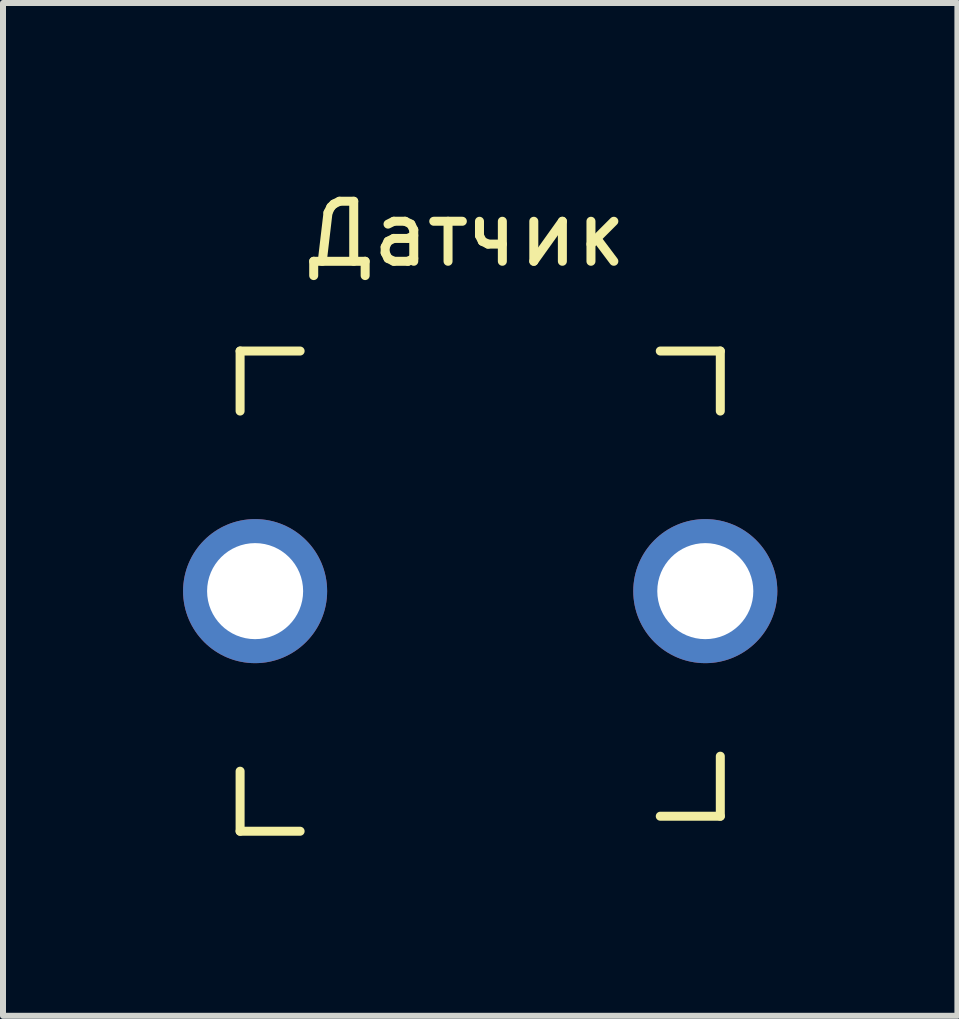
<source format=kicad_pcb>
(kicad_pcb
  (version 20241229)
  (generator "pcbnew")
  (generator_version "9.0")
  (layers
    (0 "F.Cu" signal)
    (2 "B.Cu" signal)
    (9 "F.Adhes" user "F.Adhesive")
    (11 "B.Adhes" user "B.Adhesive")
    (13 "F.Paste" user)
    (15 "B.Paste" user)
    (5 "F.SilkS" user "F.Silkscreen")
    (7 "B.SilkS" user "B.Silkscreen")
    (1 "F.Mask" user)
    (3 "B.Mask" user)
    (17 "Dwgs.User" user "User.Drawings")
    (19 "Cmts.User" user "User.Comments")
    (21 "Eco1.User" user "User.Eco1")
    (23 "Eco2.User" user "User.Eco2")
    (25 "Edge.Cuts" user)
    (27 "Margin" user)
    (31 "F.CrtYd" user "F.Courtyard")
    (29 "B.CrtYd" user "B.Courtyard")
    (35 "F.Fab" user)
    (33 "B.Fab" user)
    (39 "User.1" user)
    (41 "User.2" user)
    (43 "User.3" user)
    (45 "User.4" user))
  (footprint "Датчик"
    (layer "F.Cu")
    (at 8.95 6.798)
    (property "Reference" "Датчик" (at -4.25 -5.95 0) (layer "F.SilkS") (effects (font (size 1 1) (thickness 0.15))))
    (attr through_hole)
    (fp_line (start -8 -4) (end -8 -3) (stroke (width 0.15) (type solid)) (layer "F.SilkS"))
    (fp_line (start -8 -4) (end -7 -4) (stroke (width 0.15) (type solid)) (layer "F.SilkS"))
    (fp_line (start -8 4) (end -8 3) (stroke (width 0.15) (type solid)) (layer "F.SilkS"))
    (fp_line (start -8 4) (end -7 4) (stroke (width 0.15) (type solid)) (layer "F.SilkS"))
    (fp_line (start 0 -4) (end -1 -4) (stroke (width 0.15) (type solid)) (layer "F.SilkS"))
    (fp_line (start 0 -4) (end 0 -3) (stroke (width 0.15) (type solid)) (layer "F.SilkS"))
    (fp_line (start 0 3.75) (end -1 3.75) (stroke (width 0.15) (type solid)) (layer "F.SilkS"))
    (fp_line (start 0 3.75) (end 0 2.75) (stroke (width 0.15) (type solid)) (layer "F.SilkS"))
    (pad "1" thru_hole circle (at -7.75 0) (size 2.4 2.4) (drill 1.6) (layers "*.Cu" "*.Mask"))
    (pad "1" thru_hole circle (at -0.25 0) (size 2.4 2.4) (drill 1.6) (layers "*.Cu" "*.Mask")))
  (gr_rect
    (start -3 -3)
    (end 12.9 13.873)
    (stroke (width 0.1) (type default))
    (fill no)
    (layer "Edge.Cuts")))
</source>
